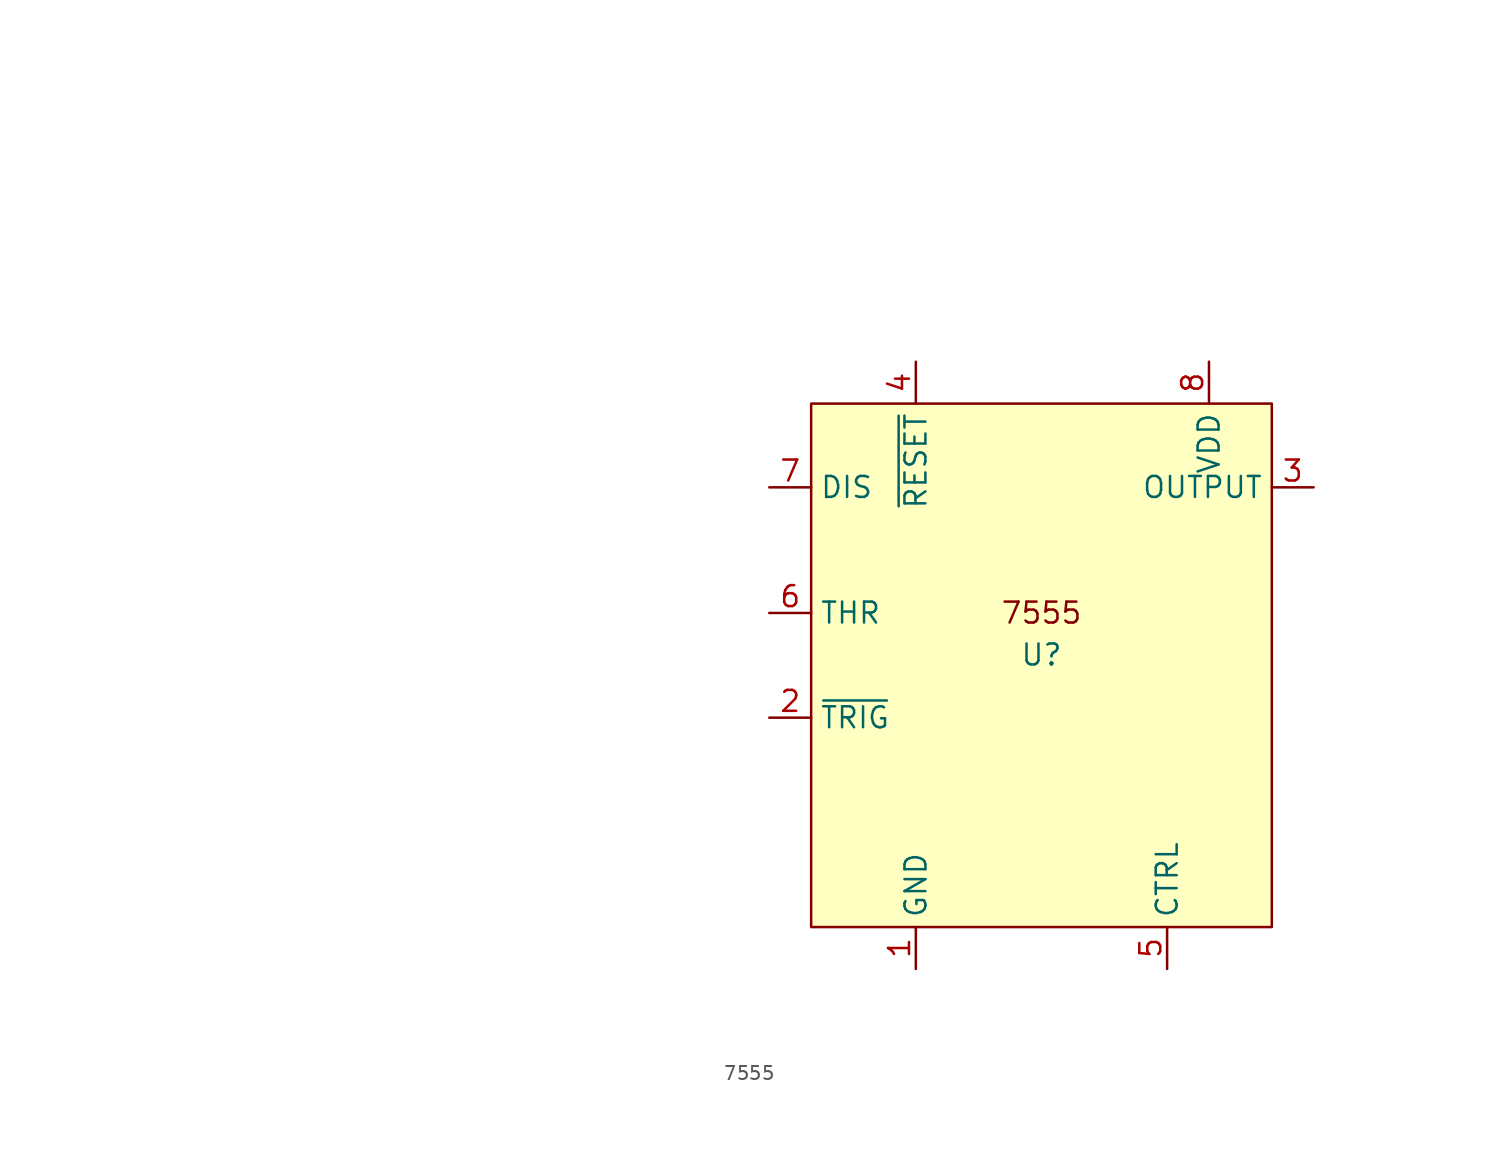
<source format=kicad_sym>
(kicad_symbol_lib
  (version 20220914)
  (generator kicad_symbol_editor)
  (symbol "7555"
    (property "Reference" "U"
      (at 52.07 -30.48 0)
      (effects (font (size 1.27 1.27))))
    (property "Value" ""
      (at 0 0 0)
      (effects (font (size 1.27 1.27))))
    (symbol "7555_1_1"
      (rectangle (start 38.1 -15.24) (end 66.04 -46.99) (stroke (width 0) (type default)) (fill (type background)))
      (text "7555" (at 52.07 -27.94 0) (effects (font (size 1.27 1.27))))
      (pin power_in line (at 44.45 -49.53 90) (length 2.54) (name "GND" (effects (font (size 1.27 1.27)))) (number "1" (effects (font (size 1.27 1.27)))))
      (pin input line (at 35.56 -34.29 0) (length 2.54) (name "~{TRIG}" (effects (font (size 1.27 1.27)))) (number "2" (effects (font (size 1.27 1.27)))))
      (pin output line (at 68.58 -20.32 180) (length 2.54) (name "OUTPUT" (effects (font (size 1.27 1.27)))) (number "3" (effects (font (size 1.27 1.27)))))
      (pin input line (at 44.45 -12.7 270) (length 2.54) (name "~{RESET}" (effects (font (size 1.27 1.27)))) (number "4" (effects (font (size 1.27 1.27)))))
      (pin input line (at 59.69 -49.53 90) (length 2.54) (name "CTRL" (effects (font (size 1.27 1.27)))) (number "5" (effects (font (size 1.27 1.27)))))
      (pin input line (at 35.56 -27.94 0) (length 2.54) (name "THR" (effects (font (size 1.27 1.27)))) (number "6" (effects (font (size 1.27 1.27)))))
      (pin input line (at 35.56 -20.32 0) (length 2.54) (name "DIS" (effects (font (size 1.27 1.27)))) (number "7" (effects (font (size 1.27 1.27)))))
      (pin power_in line (at 62.23 -12.7 270) (length 2.54) (name "VDD" (effects (font (size 1.27 1.27)))) (number "8" (effects (font (size 1.27 1.27))))))))
</source>
